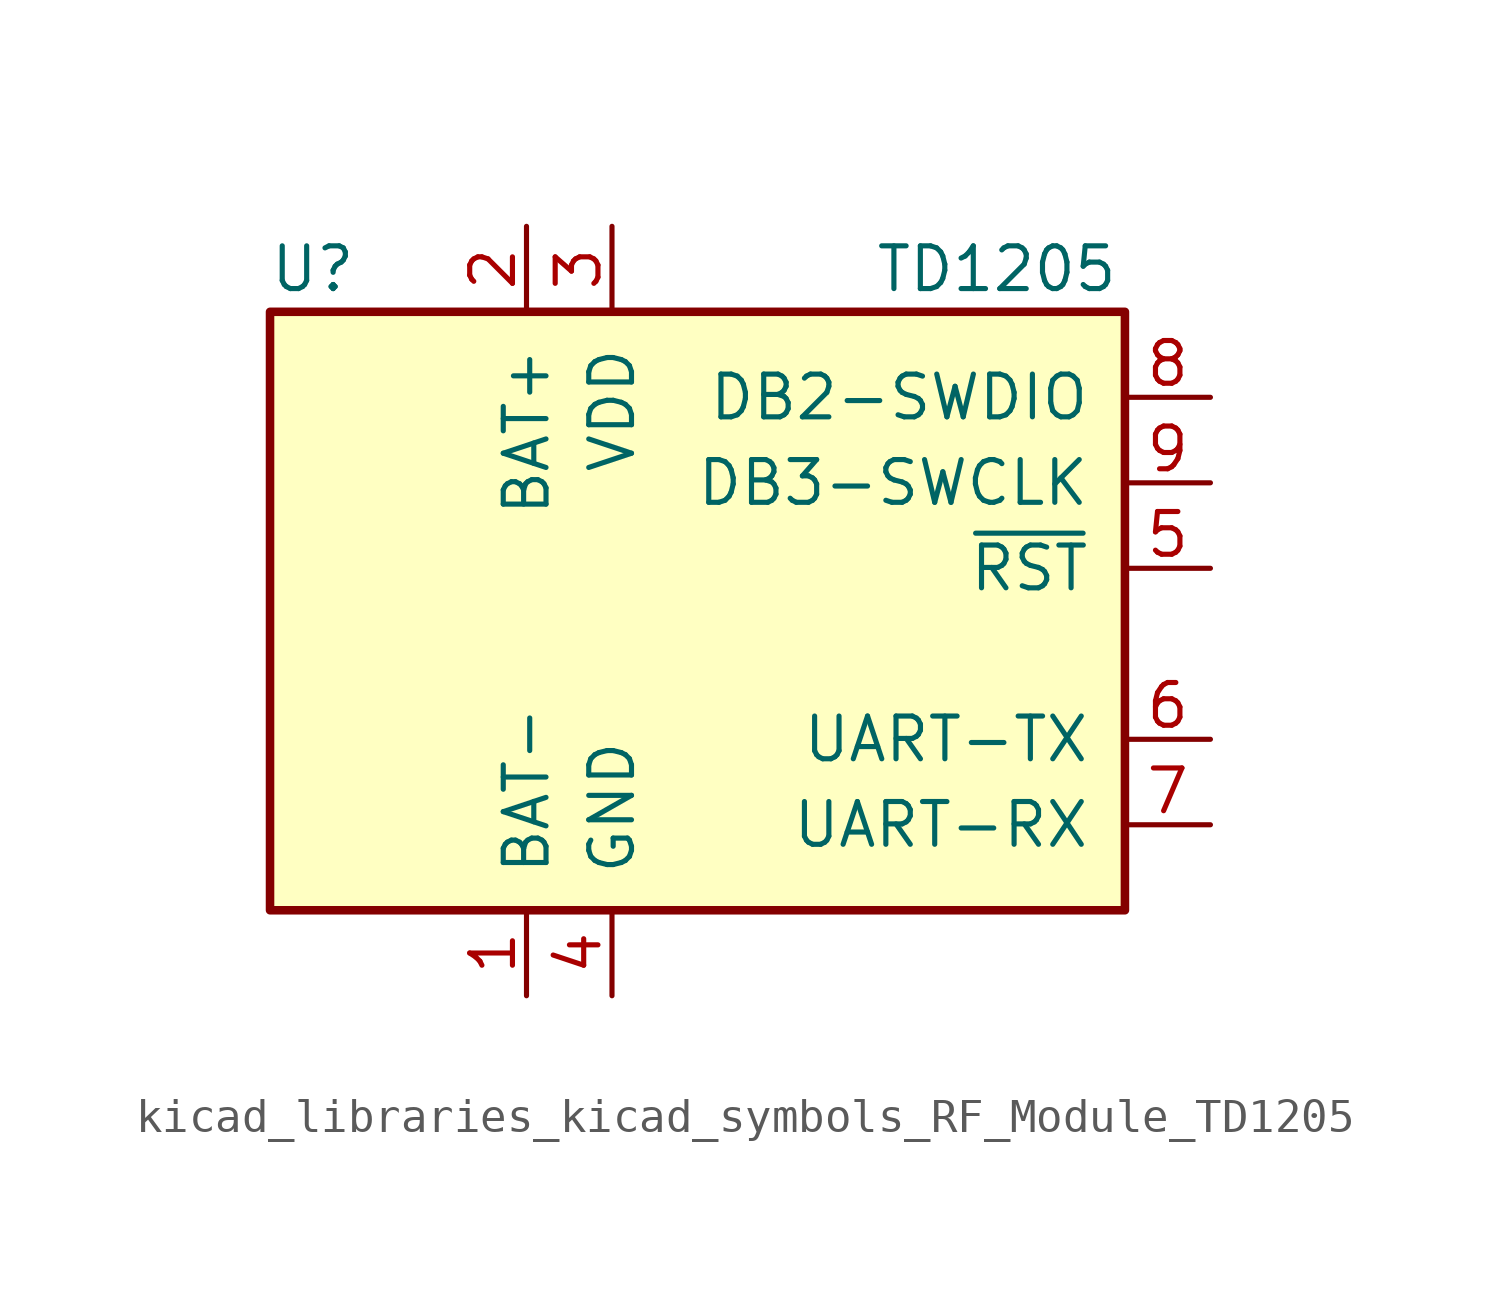
<source format=kicad_sym>
(kicad_symbol_lib
  (version 20220914)
  (generator kicad_symbol_editor)
  (symbol "kicad_libraries_kicad_symbols_RF_Module_TD1205"
    (pin_names
      (offset 1.016))
    (property "Reference" "U"
      (at -11.43 11.43 0)
      (effects (font (size 1.27 1.27))))
    (property "Value" "TD1205"
      (at 8.89 11.43 0)
      (effects (font (size 1.27 1.27))))
    (symbol "kicad_libraries_kicad_symbols_RF_Module_TD1205_0_1"
      (rectangle (start -12.7 10.16) (end 12.7 -7.62) (stroke (width 0.254) (type default)) (fill (type background))))
    (symbol "kicad_libraries_kicad_symbols_RF_Module_TD1205_1_1"
      (pin power_in line (at -5.08 -10.16 90) (length 2.54) (name "BAT-" (effects (font (size 1.27 1.27)))) (number "1" (effects (font (size 1.27 1.27)))))
      (pin power_in line (at -5.08 12.7 270) (length 2.54) (name "BAT+" (effects (font (size 1.27 1.27)))) (number "2" (effects (font (size 1.27 1.27)))))
      (pin power_in line (at -2.54 12.7 270) (length 2.54) (name "VDD" (effects (font (size 1.27 1.27)))) (number "3" (effects (font (size 1.27 1.27)))))
      (pin power_in line (at -2.54 -10.16 90) (length 2.54) (name "GND" (effects (font (size 1.27 1.27)))) (number "4" (effects (font (size 1.27 1.27)))))
      (pin input line (at 15.24 2.54 180) (length 2.54) (name "~{RST}" (effects (font (size 1.27 1.27)))) (number "5" (effects (font (size 1.27 1.27)))))
      (pin bidirectional line (at 15.24 -2.54 180) (length 2.54) (name "UART-TX" (effects (font (size 1.27 1.27)))) (number "6" (effects (font (size 1.27 1.27)))))
      (pin bidirectional line (at 15.24 -5.08 180) (length 2.54) (name "UART-RX" (effects (font (size 1.27 1.27)))) (number "7" (effects (font (size 1.27 1.27)))))
      (pin bidirectional line (at 15.24 7.62 180) (length 2.54) (name "DB2-SWDIO" (effects (font (size 1.27 1.27)))) (number "8" (effects (font (size 1.27 1.27)))))
      (pin bidirectional line (at 15.24 5.08 180) (length 2.54) (name "DB3-SWCLK" (effects (font (size 1.27 1.27)))) (number "9" (effects (font (size 1.27 1.27))))))))
</source>
